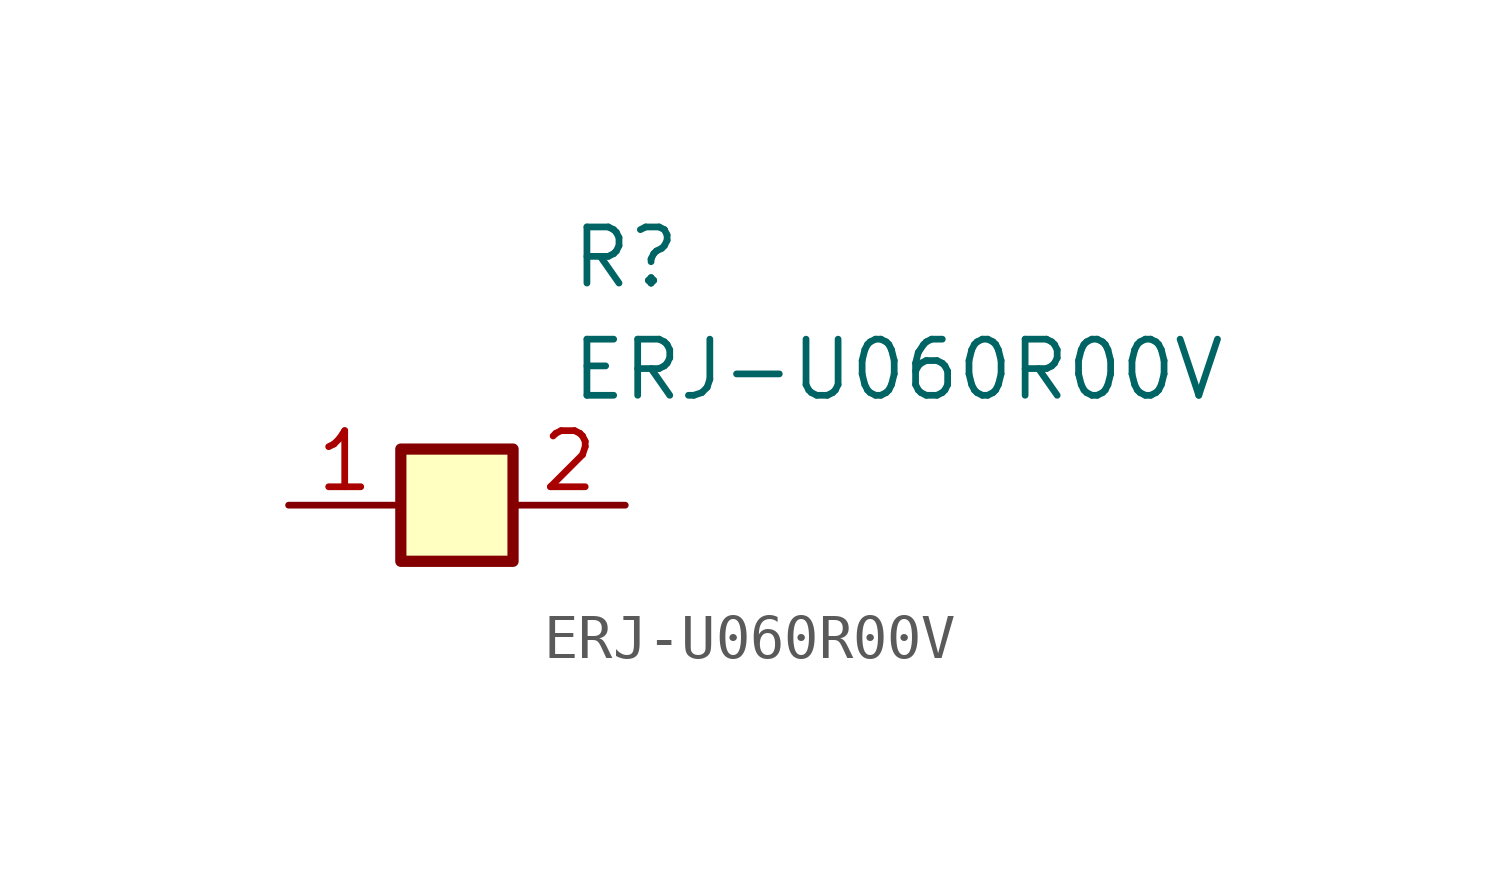
<source format=kicad_sym>
(kicad_symbol_lib
  (version 20231120)
  (generator "kicad_symbol_editor")
  (generator_version "8.0")
  (symbol "ERJ-U060R00V"
    (pin_names hide)
    (property "Reference" "R"
      (at 13.97 6.35 0)
      (effects (font (size 1.27 1.27)) (justify left top)))
    (property "Value" "ERJ-U060R00V"
      (at 13.97 3.81 0)
      (effects (font (size 1.27 1.27)) (justify left top)))
    (symbol "ERJ-U060R00V_1_1"
      (rectangle (start 10.16 1.27) (end 12.7 -1.27) (stroke (width 0.254) (type default)) (fill (type background)))
      (pin passive line (at 7.62 0 0) (length 2.54) (name "1" (effects (font (size 1.27 1.27)))) (number "1" (effects (font (size 1.27 1.27)))))
      (pin passive line (at 15.24 0 180) (length 2.54) (name "2" (effects (font (size 1.27 1.27)))) (number "2" (effects (font (size 1.27 1.27))))))))
</source>
